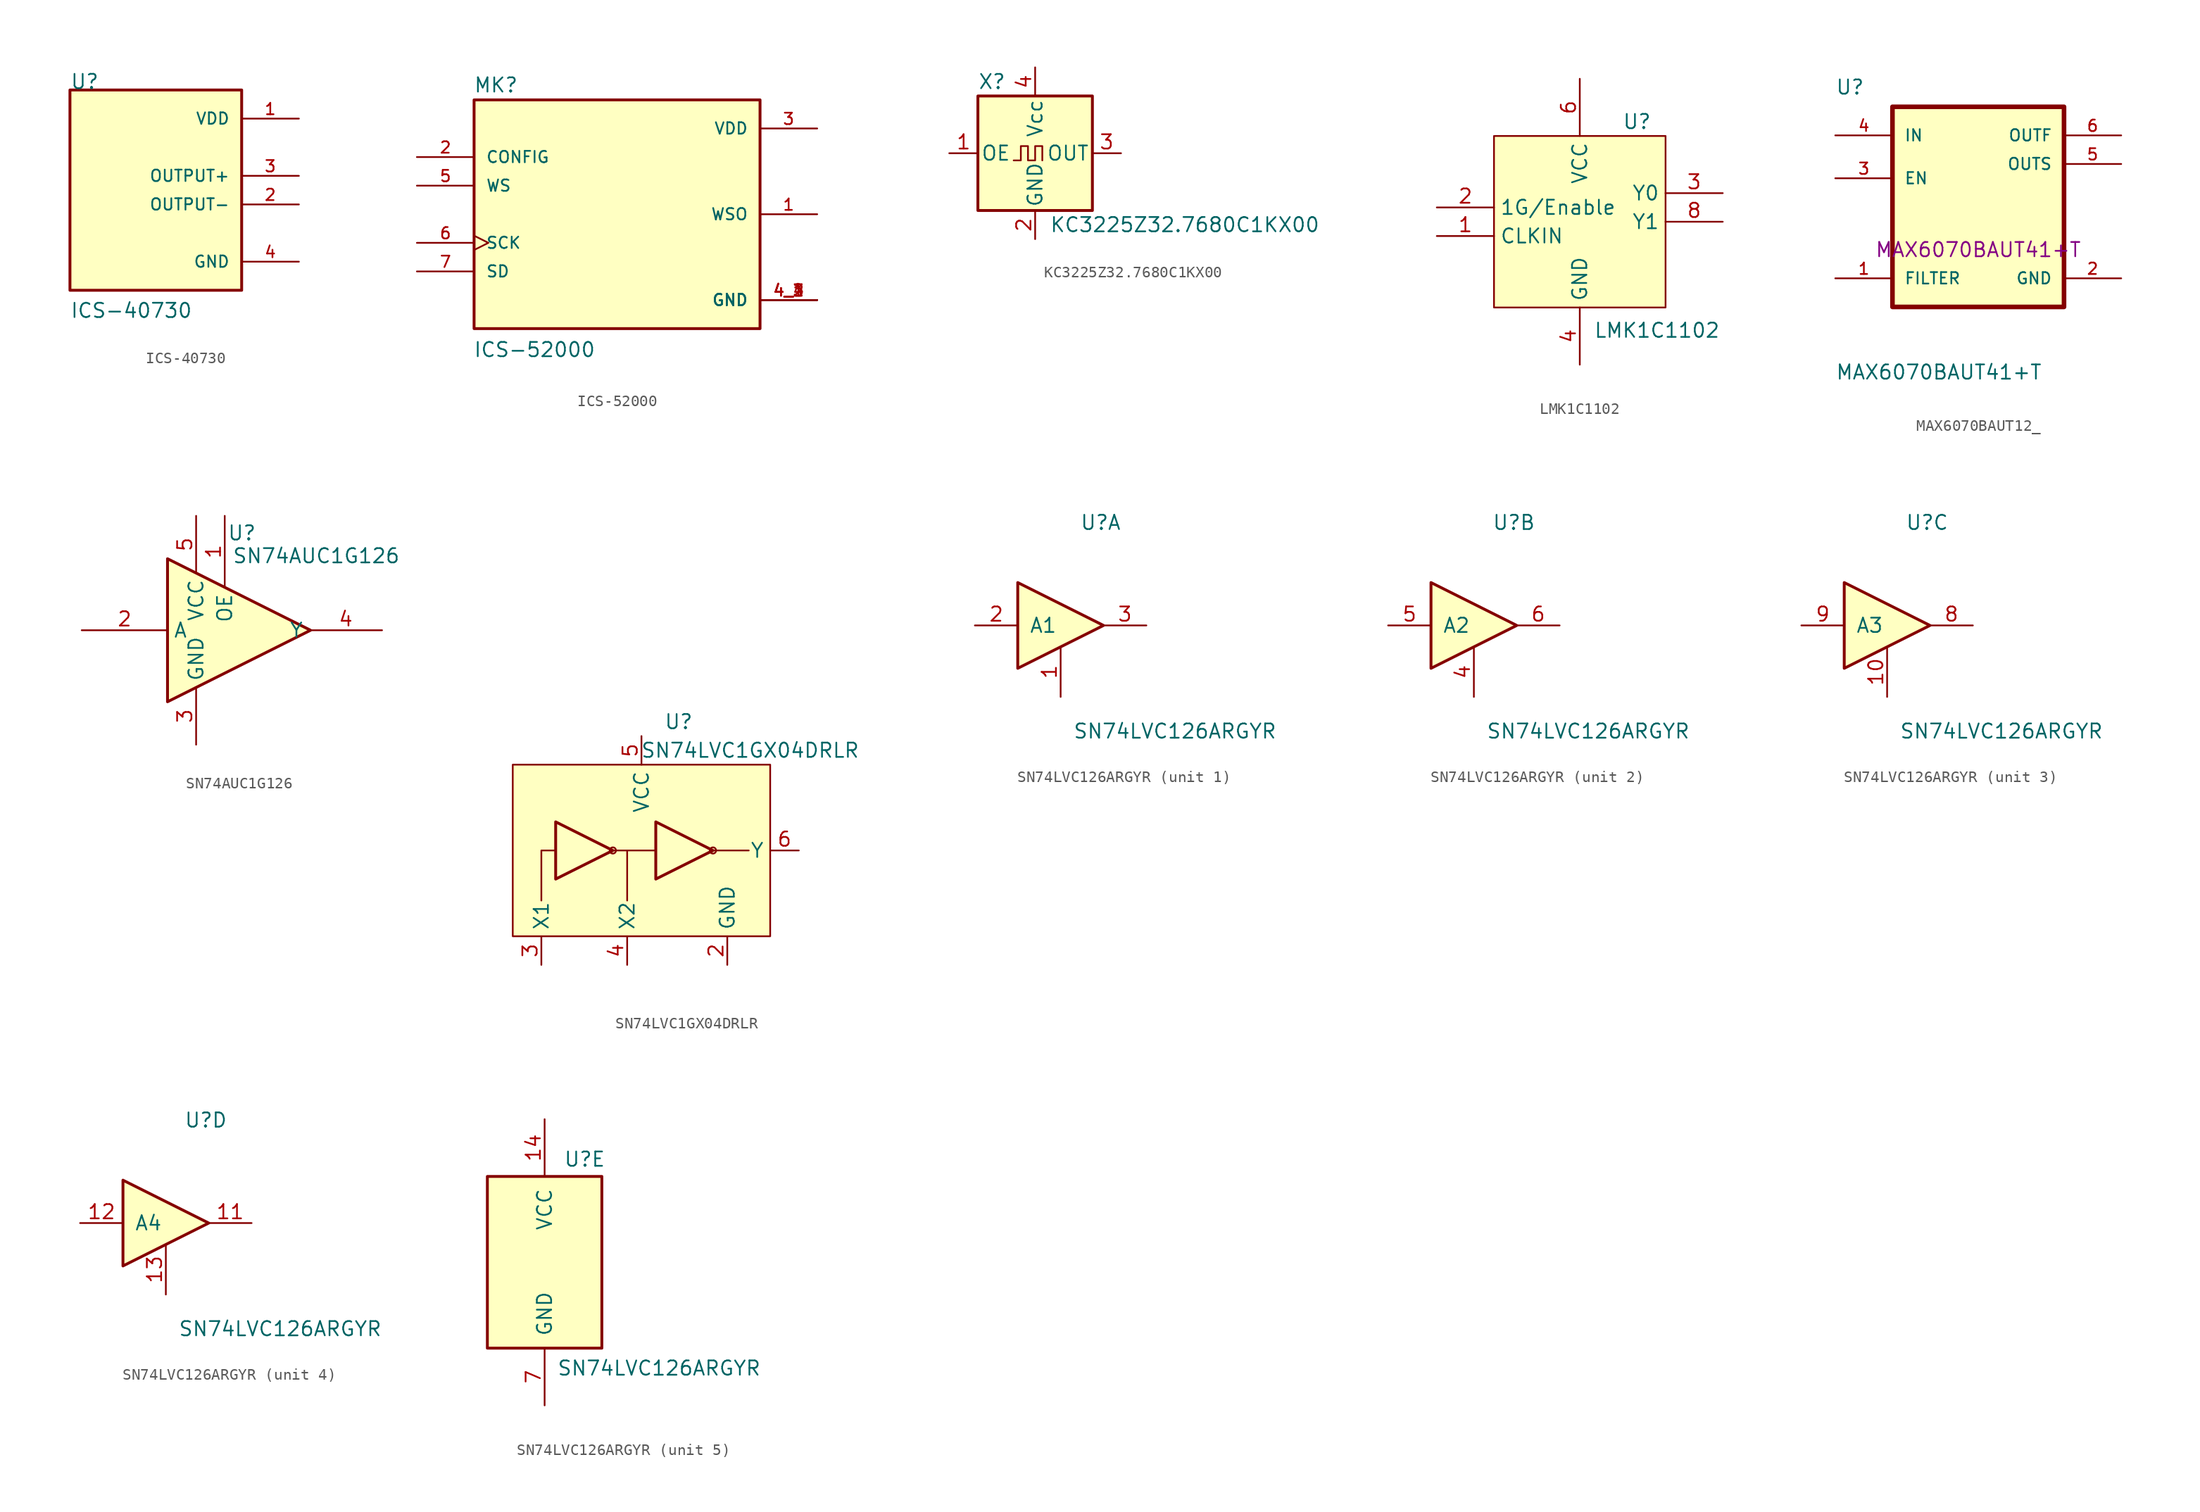
<source format=kicad_sym>
(kicad_symbol_lib
  (version 20231120)
  (generator "kicad_symbol_editor")
  (generator_version "8.0")
  (symbol "ICS-40730"
    (pin_names
      (offset 1.016))
    (property "Reference" "U"
      (at -7.62 10.16 0)
      (effects (font (size 1.27 1.27)) (justify left bottom)))
    (property "Value" "ICS-40730"
      (at -7.62 -10.16 0)
      (effects (font (size 1.27 1.27)) (justify left bottom)))
    (symbol "ICS-40730_0_0"
      (rectangle (start -7.62 -7.62) (end 7.62 10.16) (stroke (width 0.254) (type default)) (fill (type background)))
      (pin power_in line (at 12.7 7.62 180) (length 5.08) (name "VDD" (effects (font (size 1.016 1.016)))) (number "1" (effects (font (size 1.016 1.016)))))
      (pin output line (at 12.7 0 180) (length 5.08) (name "OUTPUT-" (effects (font (size 1.016 1.016)))) (number "2" (effects (font (size 1.016 1.016)))))
      (pin output line (at 12.7 2.54 180) (length 5.08) (name "OUTPUT+" (effects (font (size 1.016 1.016)))) (number "3" (effects (font (size 1.016 1.016)))))
      (pin power_in line (at 12.7 -5.08 180) (length 5.08) (name "GND" (effects (font (size 1.016 1.016)))) (number "4" (effects (font (size 1.016 1.016)))))))
  (symbol "ICS-52000"
    (pin_names
      (offset 1.016))
    (property "Reference" "MK"
      (at -12.761 10.731 0)
      (effects (font (size 1.27 1.27)) (justify left bottom)))
    (property "Value" "ICS-52000"
      (at -12.777 -12.777 0)
      (effects (font (size 1.27 1.27)) (justify left bottom)))
    (symbol "ICS-52000_0_0"
      (rectangle (start -12.7 -10.16) (end 12.7 10.16) (stroke (width 0.254) (type default)) (fill (type background)))
      (pin output line (at 17.78 0 180) (length 5.08) (name "WSO" (effects (font (size 1.016 1.016)))) (number "1" (effects (font (size 1.016 1.016)))))
      (pin input line (at -17.78 5.08 0) (length 5.08) (name "CONFIG" (effects (font (size 1.016 1.016)))) (number "2" (effects (font (size 1.016 1.016)))))
      (pin power_in line (at 17.78 7.62 180) (length 5.08) (name "VDD" (effects (font (size 1.016 1.016)))) (number "3" (effects (font (size 1.016 1.016)))))
      (pin power_in line (at 17.78 -7.62 180) (length 5.08) (name "GND" (effects (font (size 1.016 1.016)))) (number "4_1" (effects (font (size 1.016 1.016)))))
      (pin power_in line (at 17.78 -7.62 180) (length 5.08) (name "GND" (effects (font (size 1.016 1.016)))) (number "4_2" (effects (font (size 1.016 1.016)))))
      (pin power_in line (at 17.78 -7.62 180) (length 5.08) (name "GND" (effects (font (size 1.016 1.016)))) (number "4_3" (effects (font (size 1.016 1.016)))))
      (pin power_in line (at 17.78 -7.62 180) (length 5.08) (name "GND" (effects (font (size 1.016 1.016)))) (number "4_4" (effects (font (size 1.016 1.016)))))
      (pin input line (at -17.78 2.54 0) (length 5.08) (name "WS" (effects (font (size 1.016 1.016)))) (number "5" (effects (font (size 1.016 1.016)))))
      (pin input clock (at -17.78 -2.54 0) (length 5.08) (name "SCK" (effects (font (size 1.016 1.016)))) (number "6" (effects (font (size 1.016 1.016)))))
      (pin output line (at -17.78 -5.08 0) (length 5.08) (name "SD" (effects (font (size 1.016 1.016)))) (number "7" (effects (font (size 1.016 1.016)))))))
  (symbol "KC3225Z32.7680C1KX00"
    (pin_names
      (offset 0.254))
    (property "Reference" "X"
      (at -5.08 6.35 0)
      (effects (font (size 1.27 1.27)) (justify left)))
    (property "Value" "KC3225Z32.7680C1KX00"
      (at 1.27 -6.35 0)
      (effects (font (size 1.27 1.27)) (justify left)))
    (symbol "KC3225Z32.7680C1KX00_0_1"
      (rectangle (start -5.08 5.08) (end 5.08 -5.08) (stroke (width 0.254) (type default)) (fill (type background)))
      (polyline (pts (xy -1.905 -0.635) (xy -1.27 -0.635) (xy -1.27 0.635) (xy -0.635 0.635) (xy -0.635 -0.635) (xy 0 -0.635) (xy 0 0.635) (xy 0.635 0.635) (xy 0.635 -0.635)) (stroke (width 0) (type default)) (fill (type none))))
    (symbol "KC3225Z32.7680C1KX00_1_1"
      (pin input line (at -7.62 0 0) (length 2.54) (name "OE" (effects (font (size 1.27 1.27)))) (number "1" (effects (font (size 1.27 1.27)))))
      (pin power_in line (at 0 -7.62 90) (length 2.54) (name "GND" (effects (font (size 1.27 1.27)))) (number "2" (effects (font (size 1.27 1.27)))))
      (pin output line (at 7.62 0 180) (length 2.54) (name "OUT" (effects (font (size 1.27 1.27)))) (number "3" (effects (font (size 1.27 1.27)))))
      (pin power_in line (at 0 7.62 270) (length 2.54) (name "Vcc" (effects (font (size 1.27 1.27)))) (number "4" (effects (font (size 1.27 1.27)))))))
  (symbol "LMK1C1102"
    (property "Reference" "U"
      (at 5.08 11.43 0)
      (effects (font (size 1.27 1.27))))
    (property "Value" "LMK1C1102"
      (at 6.858 -7.112 0)
      (effects (font (size 1.27 1.27))))
    (symbol "LMK1C1102_1_0"
      (pin output line (at 12.7 5.08 180) (length 5.08) (name "Y0" (effects (font (size 1.27 1.27)))) (number "3" (effects (font (size 1.27 1.27)))))
      (pin output line (at 12.7 2.54 180) (length 5.08) (name "Y1" (effects (font (size 1.27 1.27)))) (number "8" (effects (font (size 1.27 1.27))))))
    (symbol "LMK1C1102_1_1"
      (rectangle (start -7.62 10.16) (end 7.62 -5.08) (stroke (width 0) (type default)) (fill (type background)))
      (pin input line (at -12.7 1.27 0) (length 5.08) (name "CLKIN" (effects (font (size 1.27 1.27)))) (number "1" (effects (font (size 1.27 1.27)))))
      (pin input line (at -12.7 3.81 0) (length 5.08) (name "1G/Enable" (effects (font (size 1.27 1.27)))) (number "2" (effects (font (size 1.27 1.27)))))
      (pin power_in line (at 0 -10.16 90) (length 5.08) (name "GND" (effects (font (size 1.27 1.27)))) (number "4" (effects (font (size 1.27 1.27)))))
      (pin power_in line (at 0 15.24 270) (length 5.08) (name "VCC" (effects (font (size 1.27 1.27)))) (number "6" (effects (font (size 1.27 1.27)))))))
  (symbol "MAX6070BAUT12_"
    (pin_names
      (offset 1.016))
    (property "Reference" "U"
      (at -12.7 11.16 0)
      (effects (font (size 1.27 1.27)) (justify left bottom)))
    (property "Value" "MAX6070BAUT41+T"
      (at -12.7 -14.16 0)
      (effects (font (size 1.27 1.27)) (justify left bottom)))
    (property "Part Number" "MAX6070BAUT41+T"
      (at 0 -2.54 0)
      (effects (font (size 1.27 1.27))))
    (symbol "MAX6070BAUT12__0_0"
      (rectangle (start -7.62 10.16) (end 7.62 -7.62) (stroke (width 0.41) (type default)) (fill (type background)))
      (pin input line (at -12.7 -5.08 0) (length 5.08) (name "FILTER" (effects (font (size 1.016 1.016)))) (number "1" (effects (font (size 1.016 1.016)))))
      (pin power_in line (at 12.7 -5.08 180) (length 5.08) (name "GND" (effects (font (size 1.016 1.016)))) (number "2" (effects (font (size 1.016 1.016)))))
      (pin bidirectional line (at -12.7 3.81 0) (length 5.08) (name "EN" (effects (font (size 1.016 1.016)))) (number "3" (effects (font (size 1.016 1.016)))))
      (pin input line (at -12.7 7.62 0) (length 5.08) (name "IN" (effects (font (size 1.016 1.016)))) (number "4" (effects (font (size 1.016 1.016)))))
      (pin output line (at 12.7 5.08 180) (length 5.08) (name "OUTS" (effects (font (size 1.016 1.016)))) (number "5" (effects (font (size 1.016 1.016)))))
      (pin output line (at 12.7 7.62 180) (length 5.08) (name "OUTF" (effects (font (size 1.016 1.016)))) (number "6" (effects (font (size 1.016 1.016)))))))
  (symbol "SN74AUC1G126"
    (property "Reference" "U"
      (at -1.016 8.636 0)
      (effects (font (size 1.27 1.27))))
    (property "Value" "SN74AUC1G126"
      (at 5.588 6.604 0)
      (effects (font (size 1.27 1.27))))
    (symbol "SN74AUC1G126_0_1"
      (polyline (pts (xy -7.62 6.35) (xy -7.62 -6.35) (xy 5.08 0) (xy -7.62 6.35)) (stroke (width 0.254) (type default)) (fill (type background))))
    (symbol "SN74AUC1G126_1_1"
      (pin input line (at -2.54 10.16 270) (length 6.35) (name "OE" (effects (font (size 1.27 1.27)))) (number "1" (effects (font (size 1.27 1.27)))))
      (pin input line (at -15.24 0 0) (length 7.62) (name "A" (effects (font (size 1.27 1.27)))) (number "2" (effects (font (size 1.27 1.27)))))
      (pin power_in line (at -5.08 -10.16 90) (length 5.08) (name "GND" (effects (font (size 1.27 1.27)))) (number "3" (effects (font (size 1.27 1.27)))))
      (pin output line (at 11.43 0 180) (length 6.452) (name "Y" (effects (font (size 1.27 1.27)))) (number "4" (effects (font (size 1.27 1.27)))))
      (pin power_in line (at -5.08 10.16 270) (length 5.08) (name "VCC" (effects (font (size 1.27 1.27)))) (number "5" (effects (font (size 1.27 1.27)))))))
  (symbol "SN74LVC1GX04DRLR"
    (property "Reference" "U"
      (at -3.048 13.97 0)
      (effects (font (size 1.27 1.27))))
    (property "Value" "SN74LVC1GX04DRLR"
      (at 3.302 11.43 0)
      (effects (font (size 1.27 1.27))))
    (symbol "SN74LVC1GX04DRLR_0_1"
      (polyline (pts (xy -13.97 5.08) (xy -13.97 0) (xy -8.89 2.54) (xy -13.97 5.08)) (stroke (width 0.254) (type default)) (fill (type background)))
      (polyline (pts (xy -5.08 5.08) (xy -5.08 0) (xy 0 2.54) (xy -5.08 5.08)) (stroke (width 0.254) (type default)) (fill (type background))))
    (symbol "SN74LVC1GX04DRLR_1_0"
      (pin input line (at -15.24 -7.62 90) (length 2.54) (name "X1" (effects (font (size 1.27 1.27)))) (number "3" (effects (font (size 1.27 1.27)))))
      (pin output line (at 7.62 2.54 180) (length 2.54) (name "Y" (effects (font (size 1.27 1.27)))) (number "6" (effects (font (size 1.27 1.27))))))
    (symbol "SN74LVC1GX04DRLR_1_1"
      (rectangle (start -17.78 10.16) (end 5.08 -5.08) (stroke (width 0) (type default)) (fill (type background)))
      (circle (center -8.89 2.54) (radius 0.276) (stroke (width 0) (type default)) (fill (type none)))
      (polyline (pts (xy -8.89 2.54) (xy -5.08 2.54)) (stroke (width 0) (type default)) (fill (type none)))
      (polyline (pts (xy -7.62 2.54) (xy -7.62 -1.905)) (stroke (width 0) (type default)) (fill (type none)))
      (polyline (pts (xy 0 2.54) (xy 3.175 2.54)) (stroke (width 0) (type default)) (fill (type none)))
      (polyline (pts (xy -13.97 2.54) (xy -15.24 2.54) (xy -15.24 -1.905)) (stroke (width 0) (type default)) (fill (type none)))
      (circle (center 0 2.54) (radius 0.276) (stroke (width 0) (type default)) (fill (type none)))
      (pin input line (at -7.62 30.48 0) (length 2.54) hide (name "~" (effects (font (size 1.27 1.27)))) (number "1" (effects (font (size 1.27 1.27)))))
      (pin power_in line (at 1.27 -7.62 90) (length 2.54) (name "GND" (effects (font (size 1.27 1.27)))) (number "2" (effects (font (size 1.27 1.27)))))
      (pin input line (at -7.62 -7.62 90) (length 2.54) (name "X2" (effects (font (size 1.27 1.27)))) (number "4" (effects (font (size 1.27 1.27)))))
      (pin power_in line (at -6.35 12.7 270) (length 2.54) (name "VCC" (effects (font (size 1.27 1.27)))) (number "5" (effects (font (size 1.27 1.27)))))))
  (symbol "SN74LVC126ARGYR"
    (pin_names
      (offset 1.016))
    (property "Reference" "U"
      (at 3.556 9.144 0)
      (effects (font (size 1.27 1.27))))
    (property "Value" "SN74LVC126ARGYR"
      (at 10.16 -9.398 0)
      (effects (font (size 1.27 1.27))))
    (property "ki_locked" ""
      (at 0 0 0)
      (effects (font (size 1.27 1.27))))
    (symbol "SN74LVC126ARGYR_1_0"
      (polyline (pts (xy -3.81 3.81) (xy -3.81 -3.81) (xy 3.81 0) (xy -3.81 3.81)) (stroke (width 0.254) (type default)) (fill (type background)))
      (pin input line (at 0 -6.35 90) (length 4.445) (name "~" (effects (font (size 1.27 1.27)))) (number "1" (effects (font (size 1.27 1.27)))))
      (pin input line (at -7.62 0 0) (length 3.81) (name "A1" (effects (font (size 1.27 1.27)))) (number "2" (effects (font (size 1.27 1.27)))))
      (pin tri_state line (at 7.62 0 180) (length 3.81) (name "~" (effects (font (size 1.27 1.27)))) (number "3" (effects (font (size 1.27 1.27))))))
    (symbol "SN74LVC126ARGYR_2_0"
      (polyline (pts (xy -3.81 3.81) (xy -3.81 -3.81) (xy 3.81 0) (xy -3.81 3.81)) (stroke (width 0.254) (type default)) (fill (type background)))
      (pin input line (at 0 -6.35 90) (length 4.445) (name "~" (effects (font (size 1.27 1.27)))) (number "4" (effects (font (size 1.27 1.27)))))
      (pin input line (at -7.62 0 0) (length 3.81) (name "A2" (effects (font (size 1.27 1.27)))) (number "5" (effects (font (size 1.27 1.27)))))
      (pin tri_state line (at 7.62 0 180) (length 3.81) (name "~" (effects (font (size 1.27 1.27)))) (number "6" (effects (font (size 1.27 1.27))))))
    (symbol "SN74LVC126ARGYR_3_0"
      (polyline (pts (xy -3.81 3.81) (xy -3.81 -3.81) (xy 3.81 0) (xy -3.81 3.81)) (stroke (width 0.254) (type default)) (fill (type background)))
      (pin input line (at 0 -6.35 90) (length 4.445) (name "~" (effects (font (size 1.27 1.27)))) (number "10" (effects (font (size 1.27 1.27)))))
      (pin tri_state line (at 7.62 0 180) (length 3.81) (name "~" (effects (font (size 1.27 1.27)))) (number "8" (effects (font (size 1.27 1.27)))))
      (pin input line (at -7.62 0 0) (length 3.81) (name "A3" (effects (font (size 1.27 1.27)))) (number "9" (effects (font (size 1.27 1.27))))))
    (symbol "SN74LVC126ARGYR_4_0"
      (polyline (pts (xy -3.81 3.81) (xy -3.81 -3.81) (xy 3.81 0) (xy -3.81 3.81)) (stroke (width 0.254) (type default)) (fill (type background)))
      (pin tri_state line (at 7.62 0 180) (length 3.81) (name "~" (effects (font (size 1.27 1.27)))) (number "11" (effects (font (size 1.27 1.27)))))
      (pin input line (at -7.62 0 0) (length 3.81) (name "A4" (effects (font (size 1.27 1.27)))) (number "12" (effects (font (size 1.27 1.27)))))
      (pin input line (at 0 -6.35 90) (length 4.445) (name "~" (effects (font (size 1.27 1.27)))) (number "13" (effects (font (size 1.27 1.27))))))
    (symbol "SN74LVC126ARGYR_5_0"
      (pin power_in line (at 0 12.7 270) (length 5.08) (name "VCC" (effects (font (size 1.27 1.27)))) (number "14" (effects (font (size 1.27 1.27)))))
      (pin power_in line (at 0 -12.7 90) (length 5.08) (name "GND" (effects (font (size 1.27 1.27)))) (number "7" (effects (font (size 1.27 1.27))))))
    (symbol "SN74LVC126ARGYR_5_1"
      (rectangle (start -5.08 7.62) (end 5.08 -7.62) (stroke (width 0.254) (type default)) (fill (type background))))))
</source>
